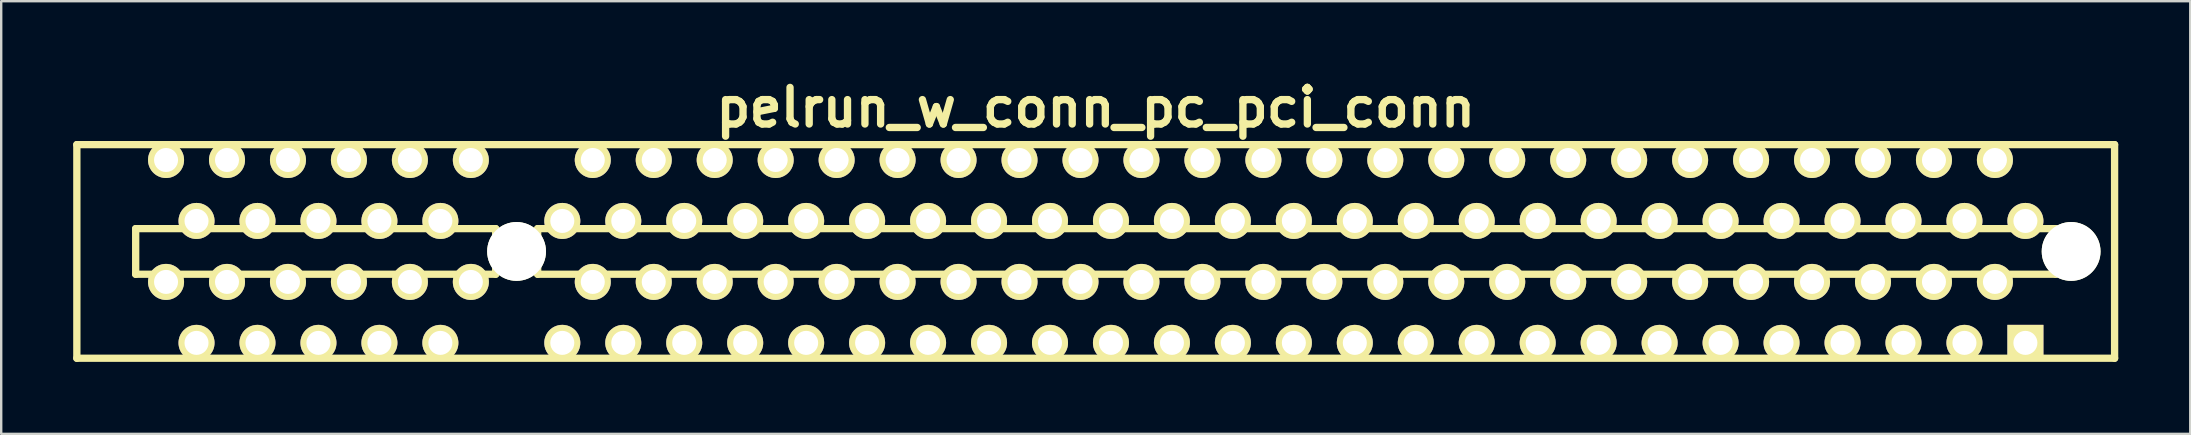
<source format=kicad_pcb>
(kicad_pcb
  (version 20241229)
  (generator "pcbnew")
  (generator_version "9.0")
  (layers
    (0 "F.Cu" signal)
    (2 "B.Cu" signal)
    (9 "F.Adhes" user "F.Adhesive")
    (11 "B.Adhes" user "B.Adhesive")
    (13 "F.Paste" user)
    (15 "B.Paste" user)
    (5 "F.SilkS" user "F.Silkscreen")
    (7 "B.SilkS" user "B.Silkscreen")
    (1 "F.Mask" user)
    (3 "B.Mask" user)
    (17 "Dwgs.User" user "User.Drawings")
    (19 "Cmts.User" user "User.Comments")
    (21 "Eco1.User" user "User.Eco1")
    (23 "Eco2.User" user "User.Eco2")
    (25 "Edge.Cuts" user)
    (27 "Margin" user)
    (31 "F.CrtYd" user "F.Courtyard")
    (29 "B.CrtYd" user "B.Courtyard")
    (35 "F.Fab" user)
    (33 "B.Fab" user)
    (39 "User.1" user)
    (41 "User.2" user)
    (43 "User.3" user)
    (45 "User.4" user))
  (footprint "pelrun_w_conn_pc_pci_conn"
    (layer "F.Cu")
    (at 42.603 7.426)
    (property "Reference" "pelrun_w_conn_pc_pci_conn" (at 0 -5.999 0) (layer "F.SilkS") (effects (font (size 1.524 1.524) (thickness 0.305))))
    (attr through_hole)
    (fp_line (start -42.451 -4.45) (end -42.451 4.45) (stroke (width 0.305) (type solid)) (layer "F.SilkS"))
    (fp_line (start -42.451 4.45) (end 42.451 4.45) (stroke (width 0.305) (type solid)) (layer "F.SilkS"))
    (fp_line (start -40 -0.95) (end -40 0.95) (stroke (width 0.305) (type solid)) (layer "F.SilkS"))
    (fp_line (start -40 0.95) (end -25.001 0.95) (stroke (width 0.305) (type solid)) (layer "F.SilkS"))
    (fp_line (start -25.001 -0.95) (end -40 -0.95) (stroke (width 0.305) (type solid)) (layer "F.SilkS"))
    (fp_line (start -25.001 0.95) (end -25.001 -0.95) (stroke (width 0.305) (type solid)) (layer "F.SilkS"))
    (fp_line (start -23.251 -0.95) (end 40 -0.95) (stroke (width 0.305) (type solid)) (layer "F.SilkS"))
    (fp_line (start -23.251 0.95) (end -23.251 -0.95) (stroke (width 0.305) (type solid)) (layer "F.SilkS"))
    (fp_line (start 40 -0.95) (end 40 0.95) (stroke (width 0.305) (type solid)) (layer "F.SilkS"))
    (fp_line (start 40 0.95) (end -23.251 0.95) (stroke (width 0.305) (type solid)) (layer "F.SilkS"))
    (fp_line (start 42.451 -4.45) (end -42.451 -4.45) (stroke (width 0.305) (type solid)) (layer "F.SilkS"))
    (fp_line (start 42.451 4.45) (end 42.451 -4.45) (stroke (width 0.305) (type solid)) (layer "F.SilkS"))
    (pad "" np_thru_hole circle (at -24.13 0) (size 2.451 2.451) (drill 2.451) (layers "*.Cu" "F.SilkS"))
    (pad "" np_thru_hole circle (at 40.64 0) (size 2.451 2.451) (drill 2.451) (layers "*.Cu" "F.SilkS"))
    (pad "A1" thru_hole rect (at 38.735 3.81) (size 1.501 1.501) (drill 1.001) (layers "*.Cu" "*.Mask" "F.SilkS"))
    (pad "A2" thru_hole circle (at 37.465 1.27) (size 1.501 1.501) (drill 1.001) (layers "*.Cu" "*.Mask" "F.SilkS"))
    (pad "A3" thru_hole circle (at 36.195 3.81) (size 1.501 1.501) (drill 1.001) (layers "*.Cu" "*.Mask" "F.SilkS"))
    (pad "A4" thru_hole circle (at 34.925 1.27) (size 1.501 1.501) (drill 1.001) (layers "*.Cu" "*.Mask" "F.SilkS"))
    (pad "A5" thru_hole circle (at 33.655 3.81) (size 1.501 1.501) (drill 1.001) (layers "*.Cu" "*.Mask" "F.SilkS"))
    (pad "A6" thru_hole circle (at 32.385 1.27) (size 1.501 1.501) (drill 1.001) (layers "*.Cu" "*.Mask" "F.SilkS"))
    (pad "A7" thru_hole circle (at 31.115 3.81) (size 1.501 1.501) (drill 1.001) (layers "*.Cu" "*.Mask" "F.SilkS"))
    (pad "A8" thru_hole circle (at 29.845 1.27) (size 1.501 1.501) (drill 1.001) (layers "*.Cu" "*.Mask" "F.SilkS"))
    (pad "A9" thru_hole circle (at 28.575 3.81) (size 1.501 1.501) (drill 1.001) (layers "*.Cu" "*.Mask" "F.SilkS"))
    (pad "A10" thru_hole circle (at 27.305 1.27) (size 1.501 1.501) (drill 1.001) (layers "*.Cu" "*.Mask" "F.SilkS"))
    (pad "A11" thru_hole circle (at 26.035 3.81) (size 1.501 1.501) (drill 1.001) (layers "*.Cu" "*.Mask" "F.SilkS"))
    (pad "A12" thru_hole circle (at 24.765 1.27) (size 1.501 1.501) (drill 1.001) (layers "*.Cu" "*.Mask" "F.SilkS"))
    (pad "A13" thru_hole circle (at 23.495 3.81) (size 1.501 1.501) (drill 1.001) (layers "*.Cu" "*.Mask" "F.SilkS"))
    (pad "A14" thru_hole circle (at 22.225 1.27) (size 1.501 1.501) (drill 1.001) (layers "*.Cu" "*.Mask" "F.SilkS"))
    (pad "A15" thru_hole circle (at 20.955 3.81) (size 1.501 1.501) (drill 1.001) (layers "*.Cu" "*.Mask" "F.SilkS"))
    (pad "A16" thru_hole circle (at 19.685 1.27) (size 1.501 1.501) (drill 1.001) (layers "*.Cu" "*.Mask" "F.SilkS"))
    (pad "A17" thru_hole circle (at 18.415 3.81) (size 1.501 1.501) (drill 1.001) (layers "*.Cu" "*.Mask" "F.SilkS"))
    (pad "A18" thru_hole circle (at 17.145 1.27) (size 1.501 1.501) (drill 1.001) (layers "*.Cu" "*.Mask" "F.SilkS"))
    (pad "A19" thru_hole circle (at 15.875 3.81) (size 1.501 1.501) (drill 1.001) (layers "*.Cu" "*.Mask" "F.SilkS"))
    (pad "A20" thru_hole circle (at 14.605 1.27) (size 1.501 1.501) (drill 1.001) (layers "*.Cu" "*.Mask" "F.SilkS"))
    (pad "A21" thru_hole circle (at 13.335 3.81) (size 1.501 1.501) (drill 1.001) (layers "*.Cu" "*.Mask" "F.SilkS"))
    (pad "A22" thru_hole circle (at 12.065 1.27) (size 1.501 1.501) (drill 1.001) (layers "*.Cu" "*.Mask" "F.SilkS"))
    (pad "A23" thru_hole circle (at 10.795 3.81) (size 1.501 1.501) (drill 1.001) (layers "*.Cu" "*.Mask" "F.SilkS"))
    (pad "A24" thru_hole circle (at 9.525 1.27) (size 1.501 1.501) (drill 1.001) (layers "*.Cu" "*.Mask" "F.SilkS"))
    (pad "A25" thru_hole circle (at 8.255 3.81) (size 1.501 1.501) (drill 1.001) (layers "*.Cu" "*.Mask" "F.SilkS"))
    (pad "A26" thru_hole circle (at 6.985 1.27) (size 1.501 1.501) (drill 1.001) (layers "*.Cu" "*.Mask" "F.SilkS"))
    (pad "A27" thru_hole circle (at 5.715 3.81) (size 1.501 1.501) (drill 1.001) (layers "*.Cu" "*.Mask" "F.SilkS"))
    (pad "A28" thru_hole circle (at 4.445 1.27) (size 1.501 1.501) (drill 1.001) (layers "*.Cu" "*.Mask" "F.SilkS"))
    (pad "A29" thru_hole circle (at 3.175 3.81) (size 1.501 1.501) (drill 1.001) (layers "*.Cu" "*.Mask" "F.SilkS"))
    (pad "A30" thru_hole circle (at 1.905 1.27) (size 1.501 1.501) (drill 1.001) (layers "*.Cu" "*.Mask" "F.SilkS"))
    (pad "A31" thru_hole circle (at 0.635 3.81) (size 1.501 1.501) (drill 1.001) (layers "*.Cu" "*.Mask" "F.SilkS"))
    (pad "A32" thru_hole circle (at -0.635 1.27) (size 1.501 1.501) (drill 1.001) (layers "*.Cu" "*.Mask" "F.SilkS"))
    (pad "A33" thru_hole circle (at -1.905 3.81) (size 1.501 1.501) (drill 1.001) (layers "*.Cu" "*.Mask" "F.SilkS"))
    (pad "A34" thru_hole circle (at -3.175 1.27) (size 1.501 1.501) (drill 1.001) (layers "*.Cu" "*.Mask" "F.SilkS"))
    (pad "A35" thru_hole circle (at -4.445 3.81) (size 1.501 1.501) (drill 1.001) (layers "*.Cu" "*.Mask" "F.SilkS"))
    (pad "A36" thru_hole circle (at -5.715 1.27) (size 1.501 1.501) (drill 1.001) (layers "*.Cu" "*.Mask" "F.SilkS"))
    (pad "A37" thru_hole circle (at -6.985 3.81) (size 1.501 1.501) (drill 1.001) (layers "*.Cu" "*.Mask" "F.SilkS"))
    (pad "A38" thru_hole circle (at -8.255 1.27) (size 1.501 1.501) (drill 1.001) (layers "*.Cu" "*.Mask" "F.SilkS"))
    (pad "A39" thru_hole circle (at -9.525 3.81) (size 1.501 1.501) (drill 1.001) (layers "*.Cu" "*.Mask" "F.SilkS"))
    (pad "A40" thru_hole circle (at -10.795 1.27) (size 1.501 1.501) (drill 1.001) (layers "*.Cu" "*.Mask" "F.SilkS"))
    (pad "A41" thru_hole circle (at -12.065 3.81) (size 1.501 1.501) (drill 1.001) (layers "*.Cu" "*.Mask" "F.SilkS"))
    (pad "A42" thru_hole circle (at -13.335 1.27) (size 1.501 1.501) (drill 1.001) (layers "*.Cu" "*.Mask" "F.SilkS"))
    (pad "A43" thru_hole circle (at -14.605 3.81) (size 1.501 1.501) (drill 1.001) (layers "*.Cu" "*.Mask" "F.SilkS"))
    (pad "A44" thru_hole circle (at -15.875 1.27) (size 1.501 1.501) (drill 1.001) (layers "*.Cu" "*.Mask" "F.SilkS"))
    (pad "A45" thru_hole circle (at -17.145 3.81) (size 1.501 1.501) (drill 1.001) (layers "*.Cu" "*.Mask" "F.SilkS"))
    (pad "A46" thru_hole circle (at -18.415 1.27) (size 1.501 1.501) (drill 1.001) (layers "*.Cu" "*.Mask" "F.SilkS"))
    (pad "A47" thru_hole circle (at -19.685 3.81) (size 1.501 1.501) (drill 1.001) (layers "*.Cu" "*.Mask" "F.SilkS"))
    (pad "A48" thru_hole circle (at -20.955 1.27) (size 1.501 1.501) (drill 1.001) (layers "*.Cu" "*.Mask" "F.SilkS"))
    (pad "A49" thru_hole circle (at -22.225 3.81) (size 1.501 1.501) (drill 1.001) (layers "*.Cu" "*.Mask" "F.SilkS"))
    (pad "A50" thru_hole circle (at -26.035 1.27) (size 1.501 1.501) (drill 1.001) (layers "*.Cu" "*.Mask" "F.SilkS"))
    (pad "A51" thru_hole circle (at -27.305 3.81) (size 1.501 1.501) (drill 1.001) (layers "*.Cu" "*.Mask" "F.SilkS"))
    (pad "A52" thru_hole circle (at -28.575 1.27) (size 1.501 1.501) (drill 1.001) (layers "*.Cu" "*.Mask" "F.SilkS"))
    (pad "A53" thru_hole circle (at -29.845 3.81) (size 1.501 1.501) (drill 1.001) (layers "*.Cu" "*.Mask" "F.SilkS"))
    (pad "A54" thru_hole circle (at -31.115 1.27) (size 1.501 1.501) (drill 1.001) (layers "*.Cu" "*.Mask" "F.SilkS"))
    (pad "A55" thru_hole circle (at -32.385 3.81) (size 1.501 1.501) (drill 1.001) (layers "*.Cu" "*.Mask" "F.SilkS"))
    (pad "A56" thru_hole circle (at -33.655 1.27) (size 1.501 1.501) (drill 1.001) (layers "*.Cu" "*.Mask" "F.SilkS"))
    (pad "A57" thru_hole circle (at -34.925 3.81) (size 1.501 1.501) (drill 1.001) (layers "*.Cu" "*.Mask" "F.SilkS"))
    (pad "A58" thru_hole circle (at -36.195 1.27) (size 1.501 1.501) (drill 1.001) (layers "*.Cu" "*.Mask" "F.SilkS"))
    (pad "A59" thru_hole circle (at -37.465 3.81) (size 1.501 1.501) (drill 1.001) (layers "*.Cu" "*.Mask" "F.SilkS"))
    (pad "A60" thru_hole circle (at -38.735 1.27) (size 1.501 1.501) (drill 1.001) (layers "*.Cu" "*.Mask" "F.SilkS"))
    (pad "B1" thru_hole circle (at 38.735 -1.27) (size 1.501 1.501) (drill 1.001) (layers "*.Cu" "*.Mask" "F.SilkS"))
    (pad "B2" thru_hole circle (at 37.465 -3.81) (size 1.501 1.501) (drill 1.001) (layers "*.Cu" "*.Mask" "F.SilkS"))
    (pad "B3" thru_hole circle (at 36.195 -1.27) (size 1.501 1.501) (drill 1.001) (layers "*.Cu" "*.Mask" "F.SilkS"))
    (pad "B4" thru_hole circle (at 34.925 -3.81) (size 1.501 1.501) (drill 1.001) (layers "*.Cu" "*.Mask" "F.SilkS"))
    (pad "B5" thru_hole circle (at 33.655 -1.27) (size 1.501 1.501) (drill 1.001) (layers "*.Cu" "*.Mask" "F.SilkS"))
    (pad "B6" thru_hole circle (at 32.385 -3.81) (size 1.501 1.501) (drill 1.001) (layers "*.Cu" "*.Mask" "F.SilkS"))
    (pad "B7" thru_hole circle (at 31.115 -1.27) (size 1.501 1.501) (drill 1.001) (layers "*.Cu" "*.Mask" "F.SilkS"))
    (pad "B8" thru_hole circle (at 29.845 -3.81) (size 1.501 1.501) (drill 1.001) (layers "*.Cu" "*.Mask" "F.SilkS"))
    (pad "B9" thru_hole circle (at 28.575 -1.27) (size 1.501 1.501) (drill 1.001) (layers "*.Cu" "*.Mask" "F.SilkS"))
    (pad "B10" thru_hole circle (at 27.305 -3.81) (size 1.501 1.501) (drill 1.001) (layers "*.Cu" "*.Mask" "F.SilkS"))
    (pad "B11" thru_hole circle (at 26.035 -1.27) (size 1.501 1.501) (drill 1.001) (layers "*.Cu" "*.Mask" "F.SilkS"))
    (pad "B12" thru_hole circle (at 24.765 -3.81) (size 1.501 1.501) (drill 1.001) (layers "*.Cu" "*.Mask" "F.SilkS"))
    (pad "B13" thru_hole circle (at 23.495 -1.27) (size 1.501 1.501) (drill 1.001) (layers "*.Cu" "*.Mask" "F.SilkS"))
    (pad "B14" thru_hole circle (at 22.225 -3.81) (size 1.501 1.501) (drill 1.001) (layers "*.Cu" "*.Mask" "F.SilkS"))
    (pad "B15" thru_hole circle (at 20.955 -1.27) (size 1.501 1.501) (drill 1.001) (layers "*.Cu" "*.Mask" "F.SilkS"))
    (pad "B16" thru_hole circle (at 19.685 -3.81) (size 1.501 1.501) (drill 1.001) (layers "*.Cu" "*.Mask" "F.SilkS"))
    (pad "B17" thru_hole circle (at 18.415 -1.27) (size 1.501 1.501) (drill 1.001) (layers "*.Cu" "*.Mask" "F.SilkS"))
    (pad "B18" thru_hole circle (at 17.145 -3.81) (size 1.501 1.501) (drill 1.001) (layers "*.Cu" "*.Mask" "F.SilkS"))
    (pad "B19" thru_hole circle (at 15.875 -1.27) (size 1.501 1.501) (drill 1.001) (layers "*.Cu" "*.Mask" "F.SilkS"))
    (pad "B20" thru_hole circle (at 14.605 -3.81) (size 1.501 1.501) (drill 1.001) (layers "*.Cu" "*.Mask" "F.SilkS"))
    (pad "B21" thru_hole circle (at 13.335 -1.27) (size 1.501 1.501) (drill 1.001) (layers "*.Cu" "*.Mask" "F.SilkS"))
    (pad "B22" thru_hole circle (at 12.065 -3.81) (size 1.501 1.501) (drill 1.001) (layers "*.Cu" "*.Mask" "F.SilkS"))
    (pad "B23" thru_hole circle (at 10.795 -1.27) (size 1.501 1.501) (drill 1.001) (layers "*.Cu" "*.Mask" "F.SilkS"))
    (pad "B24" thru_hole circle (at 9.525 -3.81) (size 1.501 1.501) (drill 1.001) (layers "*.Cu" "*.Mask" "F.SilkS"))
    (pad "B25" thru_hole circle (at 8.255 -1.27) (size 1.501 1.501) (drill 1.001) (layers "*.Cu" "*.Mask" "F.SilkS"))
    (pad "B26" thru_hole circle (at 6.985 -3.81) (size 1.501 1.501) (drill 1.001) (layers "*.Cu" "*.Mask" "F.SilkS"))
    (pad "B27" thru_hole circle (at 5.715 -1.27) (size 1.501 1.501) (drill 1.001) (layers "*.Cu" "*.Mask" "F.SilkS"))
    (pad "B28" thru_hole circle (at 4.445 -3.81) (size 1.501 1.501) (drill 1.001) (layers "*.Cu" "*.Mask" "F.SilkS"))
    (pad "B29" thru_hole circle (at 3.175 -1.27) (size 1.501 1.501) (drill 1.001) (layers "*.Cu" "*.Mask" "F.SilkS"))
    (pad "B30" thru_hole circle (at 1.905 -3.81) (size 1.501 1.501) (drill 1.001) (layers "*.Cu" "*.Mask" "F.SilkS"))
    (pad "B31" thru_hole circle (at 0.635 -1.27) (size 1.501 1.501) (drill 1.001) (layers "*.Cu" "*.Mask" "F.SilkS"))
    (pad "B32" thru_hole circle (at -0.635 -3.81) (size 1.501 1.501) (drill 1.001) (layers "*.Cu" "*.Mask" "F.SilkS"))
    (pad "B33" thru_hole circle (at -1.905 -1.27) (size 1.501 1.501) (drill 1.001) (layers "*.Cu" "*.Mask" "F.SilkS"))
    (pad "B34" thru_hole circle (at -3.175 -3.81) (size 1.501 1.501) (drill 1.001) (layers "*.Cu" "*.Mask" "F.SilkS"))
    (pad "B35" thru_hole circle (at -4.445 -1.27) (size 1.501 1.501) (drill 1.001) (layers "*.Cu" "*.Mask" "F.SilkS"))
    (pad "B36" thru_hole circle (at -5.715 -3.81) (size 1.501 1.501) (drill 1.001) (layers "*.Cu" "*.Mask" "F.SilkS"))
    (pad "B37" thru_hole circle (at -6.985 -1.27) (size 1.501 1.501) (drill 1.001) (layers "*.Cu" "*.Mask" "F.SilkS"))
    (pad "B38" thru_hole circle (at -8.255 -3.81) (size 1.501 1.501) (drill 1.001) (layers "*.Cu" "*.Mask" "F.SilkS"))
    (pad "B39" thru_hole circle (at -9.525 -1.27) (size 1.501 1.501) (drill 1.001) (layers "*.Cu" "*.Mask" "F.SilkS"))
    (pad "B40" thru_hole circle (at -10.795 -3.81) (size 1.501 1.501) (drill 1.001) (layers "*.Cu" "*.Mask" "F.SilkS"))
    (pad "B41" thru_hole circle (at -12.065 -1.27) (size 1.501 1.501) (drill 1.001) (layers "*.Cu" "*.Mask" "F.SilkS"))
    (pad "B42" thru_hole circle (at -13.335 -3.81) (size 1.501 1.501) (drill 1.001) (layers "*.Cu" "*.Mask" "F.SilkS"))
    (pad "B43" thru_hole circle (at -14.605 -1.27) (size 1.501 1.501) (drill 1.001) (layers "*.Cu" "*.Mask" "F.SilkS"))
    (pad "B44" thru_hole circle (at -15.875 -3.81) (size 1.501 1.501) (drill 1.001) (layers "*.Cu" "*.Mask" "F.SilkS"))
    (pad "B45" thru_hole circle (at -17.145 -1.27) (size 1.501 1.501) (drill 1.001) (layers "*.Cu" "*.Mask" "F.SilkS"))
    (pad "B46" thru_hole circle (at -18.415 -3.81) (size 1.501 1.501) (drill 1.001) (layers "*.Cu" "*.Mask" "F.SilkS"))
    (pad "B47" thru_hole circle (at -19.685 -1.27) (size 1.501 1.501) (drill 1.001) (layers "*.Cu" "*.Mask" "F.SilkS"))
    (pad "B48" thru_hole circle (at -20.955 -3.81) (size 1.501 1.501) (drill 1.001) (layers "*.Cu" "*.Mask" "F.SilkS"))
    (pad "B49" thru_hole circle (at -22.225 -1.27) (size 1.501 1.501) (drill 1.001) (layers "*.Cu" "*.Mask" "F.SilkS"))
    (pad "B50" thru_hole circle (at -26.035 -3.81) (size 1.501 1.501) (drill 1.001) (layers "*.Cu" "*.Mask" "F.SilkS"))
    (pad "B51" thru_hole circle (at -27.305 -1.27) (size 1.501 1.501) (drill 1.001) (layers "*.Cu" "*.Mask" "F.SilkS"))
    (pad "B52" thru_hole circle (at -28.575 -3.81) (size 1.501 1.501) (drill 1.001) (layers "*.Cu" "*.Mask" "F.SilkS"))
    (pad "B53" thru_hole circle (at -29.845 -1.27) (size 1.501 1.501) (drill 1.001) (layers "*.Cu" "*.Mask" "F.SilkS"))
    (pad "B54" thru_hole circle (at -31.115 -3.81) (size 1.501 1.501) (drill 1.001) (layers "*.Cu" "*.Mask" "F.SilkS"))
    (pad "B55" thru_hole circle (at -32.385 -1.27) (size 1.501 1.501) (drill 1.001) (layers "*.Cu" "*.Mask" "F.SilkS"))
    (pad "B56" thru_hole circle (at -33.655 -3.81) (size 1.501 1.501) (drill 1.001) (layers "*.Cu" "*.Mask" "F.SilkS"))
    (pad "B57" thru_hole circle (at -34.925 -1.27) (size 1.501 1.501) (drill 1.001) (layers "*.Cu" "*.Mask" "F.SilkS"))
    (pad "B58" thru_hole circle (at -36.195 -3.81) (size 1.501 1.501) (drill 1.001) (layers "*.Cu" "*.Mask" "F.SilkS"))
    (pad "B59" thru_hole circle (at -37.465 -1.27) (size 1.501 1.501) (drill 1.001) (layers "*.Cu" "*.Mask" "F.SilkS"))
    (pad "B60" thru_hole circle (at -38.735 -3.81) (size 1.501 1.501) (drill 1.001) (layers "*.Cu" "*.Mask" "F.SilkS")))
  (gr_rect
    (start -3 -3)
    (end 88.207 15.028)
    (stroke (width 0.1) (type default))
    (fill no)
    (layer "Edge.Cuts")))
</source>
